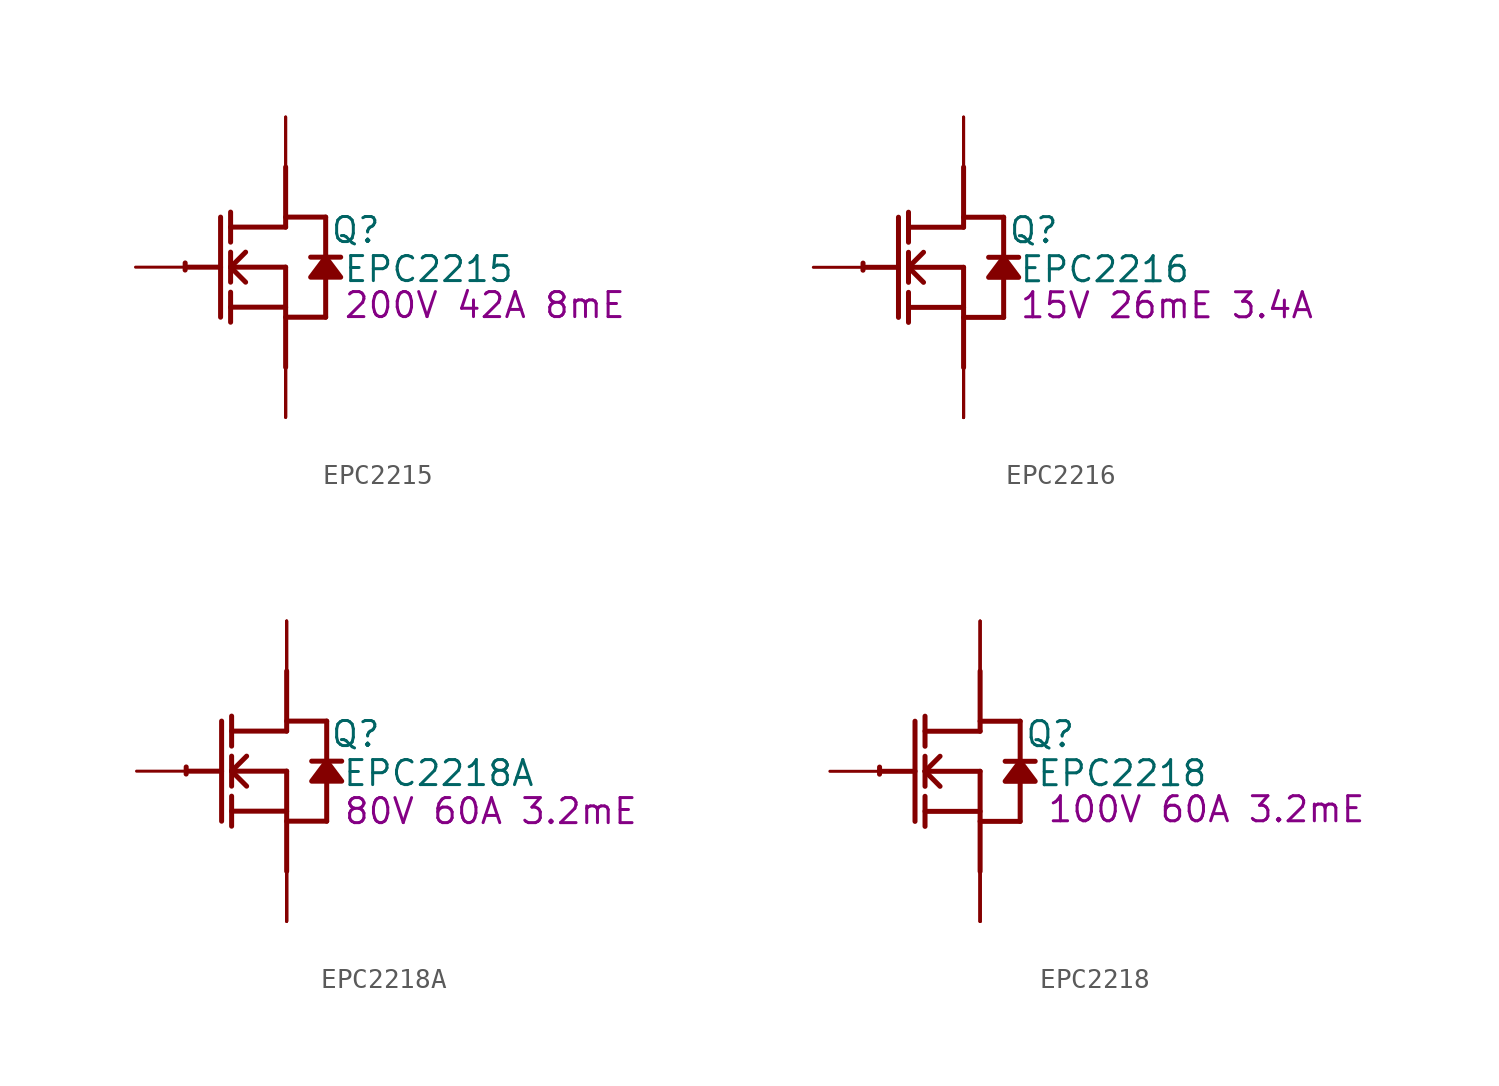
<source format=kicad_sym>
(kicad_symbol_lib
  (version 20241209)
  (generator "kicad_symbol_editor")
  (generator_version "9.0")
  (symbol "EPC2215"
    (property "Reference" "Q"
      (at 3.556 1.88 0)
      (effects (font (size 1.27 1.27))))
    (property "Value" "EPC2215"
      (at 7.264 -0.102 0)
      (effects (font (size 1.27 1.27))))
    (property "Description" "200V 42A 8mE"
      (at 10.109 -1.93 0)
      (effects (font (size 1.27 1.27))))
    (symbol "EPC2215_1_0"
      (polyline (pts (xy -5.08 0) (xy -3.302 0)) (stroke (width 0.254) (type solid)) (fill (type none)))
      (polyline (pts (xy -3.302 2.54) (xy -3.302 -2.54)) (stroke (width 0.254) (type solid)) (fill (type none)))
      (polyline (pts (xy -2.794 1.27) (xy -2.794 2.794)) (stroke (width 0.254) (type solid)) (fill (type none)))
      (polyline (pts (xy -2.794 0) (xy -2.032 0.762)) (stroke (width 0.254) (type solid)) (fill (type none)))
      (polyline (pts (xy -2.794 0) (xy 0 0)) (stroke (width 0.254) (type solid)) (fill (type none)))
      (polyline (pts (xy -2.794 -0.762) (xy -2.794 0.762)) (stroke (width 0.254) (type solid)) (fill (type none)))
      (polyline (pts (xy -2.794 -2.032) (xy 0 -2.032)) (stroke (width 0.254) (type solid)) (fill (type none)))
      (polyline (pts (xy -2.794 -2.794) (xy -2.794 -1.27)) (stroke (width 0.254) (type solid)) (fill (type none)))
      (polyline (pts (xy -2.032 -0.762) (xy -2.794 0)) (stroke (width 0.254) (type solid)) (fill (type none)))
      (polyline (pts (xy 0 2.54) (xy 2.032 2.54)) (stroke (width 0.254) (type solid)) (fill (type none)))
      (polyline (pts (xy 0 2.032) (xy -2.794 2.032)) (stroke (width 0.254) (type solid)) (fill (type none)))
      (polyline (pts (xy 0 2.032) (xy 0 5.08)) (stroke (width 0.254) (type solid)) (fill (type none)))
      (polyline (pts (xy 0 0) (xy 0 -5.08)) (stroke (width 0.254) (type solid)) (fill (type none)))
      (polyline (pts (xy 0 -2.54) (xy 2.032 -2.54)) (stroke (width 0.254) (type solid)) (fill (type none)))
      (arc (start -5.1019 -0.1467) (mid -5.1039 0.0331) (end -5.0996 0.2128) (stroke (width 0.254) (type solid)) (fill (type none)))
      (polyline (pts (xy 2.032 2.54) (xy 2.032 0.508)) (stroke (width 0.254) (type solid)) (fill (type none)))
      (polyline (pts (xy 2.032 0.508) (xy 1.27 -0.508) (xy 2.794 -0.508) (xy 2.032 0.508)) (stroke (width 0.254) (type solid)) (fill (type outline)))
      (polyline (pts (xy 2.032 -0.508) (xy 2.032 -2.54)) (stroke (width 0.254) (type solid)) (fill (type none)))
      (polyline (pts (xy 2.794 0.508) (xy 1.27 0.508)) (stroke (width 0.254) (type solid)) (fill (type none)))
      (pin passive line (at -7.62 0 0) (length 2.54) (name "G" (effects (font (size 0 0)))) (number "1" (effects (font (size 0 0)))))
      (pin passive line (at 0 7.62 270) (length 2.54) (name "D" (effects (font (size 0 0)))) (number "3" (effects (font (size 0 0)))))
      (pin passive line (at 0 7.62 270) (length 2.54) (name "D" (effects (font (size 0 0)))) (number "5" (effects (font (size 0 0)))))
      (pin passive line (at 0 -7.62 90) (length 2.54) (name "S" (effects (font (size 0 0)))) (number "2" (effects (font (size 0 0)))))
      (pin passive line (at 0 -7.62 90) (length 2.54) (name "S" (effects (font (size 0 0)))) (number "4" (effects (font (size 0 0)))))
      (pin passive line (at 0 -7.62 90) (length 2.54) (name "S" (effects (font (size 0 0)))) (number "6" (effects (font (size 0 0)))))))
  (symbol "EPC2216"
    (property "Reference" "Q"
      (at 3.556 1.88 0)
      (effects (font (size 1.27 1.27))))
    (property "Value" "EPC2216"
      (at 7.163 -0.102 0)
      (effects (font (size 1.27 1.27))))
    (property "Description" "15V 26mE 3.4A"
      (at 10.312 -1.93 0)
      (effects (font (size 1.27 1.27))))
    (symbol "EPC2216_1_0"
      (polyline (pts (xy -5.08 0) (xy -3.302 0)) (stroke (width 0.254) (type solid)) (fill (type none)))
      (polyline (pts (xy -3.302 2.54) (xy -3.302 -2.54)) (stroke (width 0.254) (type solid)) (fill (type none)))
      (polyline (pts (xy -2.794 1.27) (xy -2.794 2.794)) (stroke (width 0.254) (type solid)) (fill (type none)))
      (polyline (pts (xy -2.794 0) (xy -2.032 0.762)) (stroke (width 0.254) (type solid)) (fill (type none)))
      (polyline (pts (xy -2.794 0) (xy 0 0)) (stroke (width 0.254) (type solid)) (fill (type none)))
      (polyline (pts (xy -2.794 -0.762) (xy -2.794 0.762)) (stroke (width 0.254) (type solid)) (fill (type none)))
      (polyline (pts (xy -2.794 -2.032) (xy 0 -2.032)) (stroke (width 0.254) (type solid)) (fill (type none)))
      (polyline (pts (xy -2.794 -2.794) (xy -2.794 -1.27)) (stroke (width 0.254) (type solid)) (fill (type none)))
      (polyline (pts (xy -2.032 -0.762) (xy -2.794 0)) (stroke (width 0.254) (type solid)) (fill (type none)))
      (polyline (pts (xy 0 2.54) (xy 2.032 2.54)) (stroke (width 0.254) (type solid)) (fill (type none)))
      (polyline (pts (xy 0 2.032) (xy -2.794 2.032)) (stroke (width 0.254) (type solid)) (fill (type none)))
      (polyline (pts (xy 0 2.032) (xy 0 5.08)) (stroke (width 0.254) (type solid)) (fill (type none)))
      (polyline (pts (xy 0 0) (xy 0 -5.08)) (stroke (width 0.254) (type solid)) (fill (type none)))
      (polyline (pts (xy 0 -2.54) (xy 2.032 -2.54)) (stroke (width 0.254) (type solid)) (fill (type none)))
      (arc (start -5.1019 -0.1467) (mid -5.1039 0.0331) (end -5.0996 0.2128) (stroke (width 0.254) (type solid)) (fill (type none)))
      (polyline (pts (xy 2.032 2.54) (xy 2.032 0.508)) (stroke (width 0.254) (type solid)) (fill (type none)))
      (polyline (pts (xy 2.032 0.508) (xy 1.27 -0.508) (xy 2.794 -0.508) (xy 2.032 0.508)) (stroke (width 0.254) (type solid)) (fill (type outline)))
      (polyline (pts (xy 2.032 -0.508) (xy 2.032 -2.54)) (stroke (width 0.254) (type solid)) (fill (type none)))
      (polyline (pts (xy 2.794 0.508) (xy 1.27 0.508)) (stroke (width 0.254) (type solid)) (fill (type none)))
      (pin passive line (at -7.62 0 0) (length 2.54) (name "G" (effects (font (size 0 0)))) (number "1" (effects (font (size 0 0)))))
      (pin open_collector line (at 0 7.62 270) (length 2.54) (name "D1" (effects (font (size 0 0)))) (number "2" (effects (font (size 0 0)))))
      (pin open_collector line (at 0 7.62 270) (length 2.54) (name "D2" (effects (font (size 0 0)))) (number "5" (effects (font (size 0 0)))))
      (pin open_emitter line (at 0 -7.62 90) (length 2.54) (name "S1" (effects (font (size 0 0)))) (number "3" (effects (font (size 0 0)))))
      (pin open_emitter line (at 0 -7.62 90) (length 2.54) (name "S2" (effects (font (size 0 0)))) (number "4" (effects (font (size 0 0)))))
      (pin open_emitter line (at 0 -7.62 90) (length 2.54) (name "S3" (effects (font (size 0 0)))) (number "6" (effects (font (size 0 0)))))))
  (symbol "EPC2218A"
    (property "Reference" "Q"
      (at 3.505 1.88 0)
      (effects (font (size 1.27 1.27))))
    (property "Value" "EPC2218A"
      (at 7.722 -0.102 0)
      (effects (font (size 1.27 1.27))))
    (property "Description" "80V 60A 3.2mE"
      (at 10.363 -2.032 0)
      (effects (font (size 1.27 1.27))))
    (symbol "EPC2218A_1_0"
      (polyline (pts (xy -5.08 0) (xy -3.302 0)) (stroke (width 0.254) (type solid)) (fill (type none)))
      (polyline (pts (xy -3.302 2.54) (xy -3.302 -2.54)) (stroke (width 0.254) (type solid)) (fill (type none)))
      (polyline (pts (xy -2.794 1.27) (xy -2.794 2.794)) (stroke (width 0.254) (type solid)) (fill (type none)))
      (polyline (pts (xy -2.794 0) (xy -2.032 0.762)) (stroke (width 0.254) (type solid)) (fill (type none)))
      (polyline (pts (xy -2.794 0) (xy 0 0)) (stroke (width 0.254) (type solid)) (fill (type none)))
      (polyline (pts (xy -2.794 -0.762) (xy -2.794 0.762)) (stroke (width 0.254) (type solid)) (fill (type none)))
      (polyline (pts (xy -2.794 -2.032) (xy 0 -2.032)) (stroke (width 0.254) (type solid)) (fill (type none)))
      (polyline (pts (xy -2.794 -2.794) (xy -2.794 -1.27)) (stroke (width 0.254) (type solid)) (fill (type none)))
      (polyline (pts (xy -2.032 -0.762) (xy -2.794 0)) (stroke (width 0.254) (type solid)) (fill (type none)))
      (polyline (pts (xy 0 2.54) (xy 2.032 2.54)) (stroke (width 0.254) (type solid)) (fill (type none)))
      (polyline (pts (xy 0 2.032) (xy -2.794 2.032)) (stroke (width 0.254) (type solid)) (fill (type none)))
      (polyline (pts (xy 0 2.032) (xy 0 5.08)) (stroke (width 0.254) (type solid)) (fill (type none)))
      (polyline (pts (xy 0 0) (xy 0 -5.08)) (stroke (width 0.254) (type solid)) (fill (type none)))
      (polyline (pts (xy 0 -2.54) (xy 2.032 -2.54)) (stroke (width 0.254) (type solid)) (fill (type none)))
      (arc (start -5.1019 -0.1467) (mid -5.1039 0.0331) (end -5.0996 0.2128) (stroke (width 0.254) (type solid)) (fill (type none)))
      (polyline (pts (xy 2.032 2.54) (xy 2.032 0.508)) (stroke (width 0.254) (type solid)) (fill (type none)))
      (polyline (pts (xy 2.032 0.508) (xy 1.27 -0.508) (xy 2.794 -0.508) (xy 2.032 0.508)) (stroke (width 0.254) (type solid)) (fill (type outline)))
      (polyline (pts (xy 2.032 -0.508) (xy 2.032 -2.54)) (stroke (width 0.254) (type solid)) (fill (type none)))
      (polyline (pts (xy 2.794 0.508) (xy 1.27 0.508)) (stroke (width 0.254) (type solid)) (fill (type none)))
      (pin passive line (at -7.62 0 0) (length 2.54) (name "G" (effects (font (size 0 0)))) (number "1" (effects (font (size 0 0)))))
      (pin passive line (at 0 7.62 270) (length 2.54) (name "D" (effects (font (size 0 0)))) (number "3" (effects (font (size 0 0)))))
      (pin passive line (at 0 7.62 270) (length 2.54) (name "D" (effects (font (size 0 0)))) (number "5" (effects (font (size 0 0)))))
      (pin passive line (at 0 7.62 270) (length 2.54) (name "D" (effects (font (size 0 0)))) (number "7" (effects (font (size 0 0)))))
      (pin passive line (at 0 -7.62 90) (length 2.54) (name "S" (effects (font (size 0 0)))) (number "2" (effects (font (size 0 0)))))
      (pin passive line (at 0 -7.62 90) (length 2.54) (name "S" (effects (font (size 0 0)))) (number "4" (effects (font (size 0 0)))))
      (pin passive line (at 0 -7.62 90) (length 2.54) (name "S" (effects (font (size 0 0)))) (number "6" (effects (font (size 0 0)))))
      (pin passive line (at 0 -7.62 90) (length 2.54) (name "S" (effects (font (size 0 0)))) (number "8" (effects (font (size 0 0)))))))
  (symbol "EPC2218"
    (property "Reference" "Q"
      (at 3.556 1.88 0)
      (effects (font (size 1.27 1.27))))
    (property "Value" "EPC2218"
      (at 7.214 -0.102 0)
      (effects (font (size 1.27 1.27))))
    (property "Description" "100V 60A 3.2mE"
      (at 11.481 -1.93 0)
      (effects (font (size 1.27 1.27))))
    (symbol "EPC2218_1_0"
      (polyline (pts (xy -5.08 0) (xy -3.302 0)) (stroke (width 0.254) (type solid)) (fill (type none)))
      (polyline (pts (xy -3.302 2.54) (xy -3.302 -2.54)) (stroke (width 0.254) (type solid)) (fill (type none)))
      (polyline (pts (xy -2.794 1.27) (xy -2.794 2.794)) (stroke (width 0.254) (type solid)) (fill (type none)))
      (polyline (pts (xy -2.794 0) (xy -2.032 0.762)) (stroke (width 0.254) (type solid)) (fill (type none)))
      (polyline (pts (xy -2.794 0) (xy 0 0)) (stroke (width 0.254) (type solid)) (fill (type none)))
      (polyline (pts (xy -2.794 -0.762) (xy -2.794 0.762)) (stroke (width 0.254) (type solid)) (fill (type none)))
      (polyline (pts (xy -2.794 -2.032) (xy 0 -2.032)) (stroke (width 0.254) (type solid)) (fill (type none)))
      (polyline (pts (xy -2.794 -2.794) (xy -2.794 -1.27)) (stroke (width 0.254) (type solid)) (fill (type none)))
      (polyline (pts (xy -2.032 -0.762) (xy -2.794 0)) (stroke (width 0.254) (type solid)) (fill (type none)))
      (polyline (pts (xy 0 2.54) (xy 2.032 2.54)) (stroke (width 0.254) (type solid)) (fill (type none)))
      (polyline (pts (xy 0 2.032) (xy -2.794 2.032)) (stroke (width 0.254) (type solid)) (fill (type none)))
      (polyline (pts (xy 0 2.032) (xy 0 5.08)) (stroke (width 0.254) (type solid)) (fill (type none)))
      (polyline (pts (xy 0 0) (xy 0 -5.08)) (stroke (width 0.254) (type solid)) (fill (type none)))
      (polyline (pts (xy 0 -2.54) (xy 2.032 -2.54)) (stroke (width 0.254) (type solid)) (fill (type none)))
      (arc (start -5.1019 -0.1467) (mid -5.1039 0.0331) (end -5.0996 0.2128) (stroke (width 0.254) (type solid)) (fill (type none)))
      (polyline (pts (xy 2.032 2.54) (xy 2.032 0.508)) (stroke (width 0.254) (type solid)) (fill (type none)))
      (polyline (pts (xy 2.032 0.508) (xy 1.27 -0.508) (xy 2.794 -0.508) (xy 2.032 0.508)) (stroke (width 0.254) (type solid)) (fill (type outline)))
      (polyline (pts (xy 2.032 -0.508) (xy 2.032 -2.54)) (stroke (width 0.254) (type solid)) (fill (type none)))
      (polyline (pts (xy 2.794 0.508) (xy 1.27 0.508)) (stroke (width 0.254) (type solid)) (fill (type none)))
      (pin passive line (at -7.62 0 0) (length 2.54) (name "G" (effects (font (size 0 0)))) (number "1" (effects (font (size 0 0)))))
      (pin passive line (at 0 7.62 270) (length 2.54) (name "D" (effects (font (size 0 0)))) (number "3" (effects (font (size 0 0)))))
      (pin passive line (at 0 7.62 270) (length 2.54) (name "D" (effects (font (size 0 0)))) (number "5" (effects (font (size 0 0)))))
      (pin passive line (at 0 7.62 270) (length 2.54) (name "D" (effects (font (size 0 0)))) (number "7" (effects (font (size 0 0)))))
      (pin passive line (at 0 -7.62 90) (length 2.54) (name "S" (effects (font (size 0 0)))) (number "2" (effects (font (size 0 0)))))
      (pin passive line (at 0 -7.62 90) (length 2.54) (name "S" (effects (font (size 0 0)))) (number "4" (effects (font (size 0 0)))))
      (pin passive line (at 0 -7.62 90) (length 2.54) (name "S" (effects (font (size 0 0)))) (number "6" (effects (font (size 0 0)))))
      (pin passive line (at 0 -7.62 90) (length 2.54) (name "S" (effects (font (size 0 0)))) (number "8" (effects (font (size 0 0))))))))
</source>
